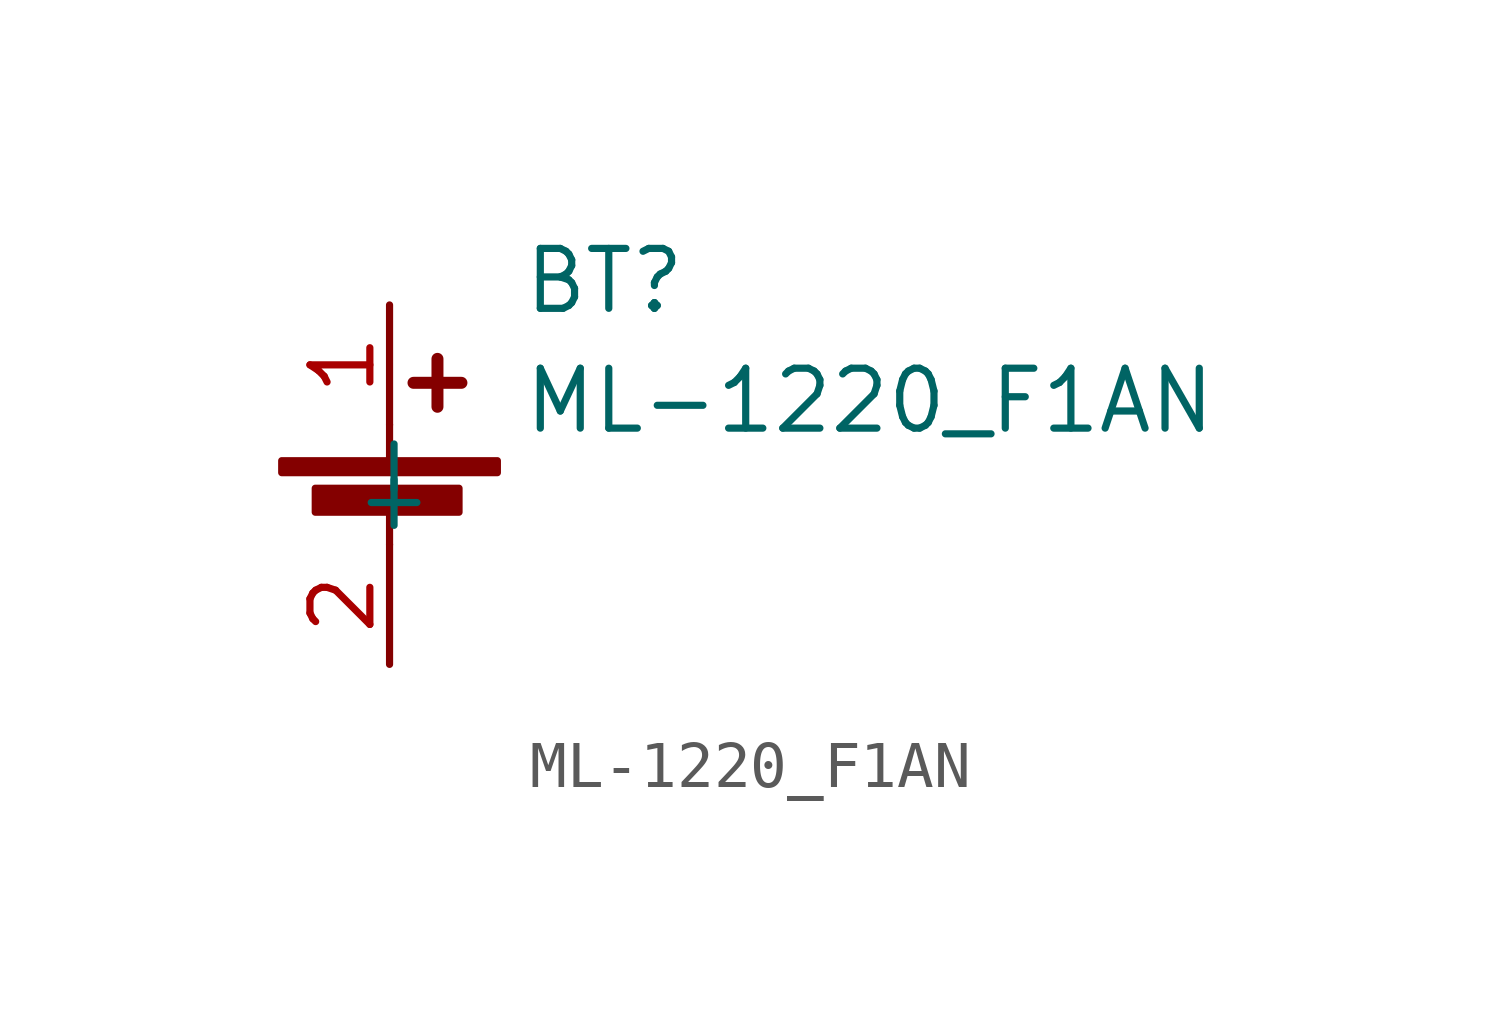
<source format=kicad_sym>
(kicad_symbol_lib
  (version 20211014)
  (generator kicad_symbol_editor)
  (symbol "ML-1220_F1AN"
    (pin_names
      (offset 0.762))
    (property "Reference" "BT"
      (at 2.794 4.318 0)
      (effects (font (size 1.27 1.27)) (justify left)))
    (property "Value" "ML-1220_F1AN"
      (at 2.794 1.778 0)
      (effects (font (size 1.27 1.27)) (justify left)))
    (symbol "ML-1220_F1AN_0_1"
      (rectangle (start -2.286 0.508) (end 2.286 0.254) (stroke (width 0) (type default) (color 0 0 0 0)) (fill (type outline)))
      (rectangle (start -1.575 -0.076) (end 1.473 -0.584) (stroke (width 0) (type default) (color 0 0 0 0)) (fill (type outline)))
      (polyline (pts (xy 0 -0.508) (xy 0 -1.27)) (stroke (width 0) (type default) (color 0 0 0 0)) (fill (type none)))
      (polyline (pts (xy 0 0.508) (xy 0 1.27)) (stroke (width 0) (type default) (color 0 0 0 0)) (fill (type none)))
      (polyline (pts (xy 0.508 2.159) (xy 1.524 2.159)) (stroke (width 0.254) (type default) (color 0 0 0 0)) (fill (type none)))
      (polyline (pts (xy 1.016 2.667) (xy 1.016 1.651)) (stroke (width 0.254) (type default) (color 0 0 0 0)) (fill (type none))))
    (symbol "ML-1220_F1AN_1_1"
      (pin passive line (at 0 3.81 270) (length 2.54) (name "+" (effects (font (size 1.27 1.27)))) (number "1" (effects (font (size 1.27 1.27)))))
      (pin passive line (at 0 -3.81 90) (length 2.54) (name "-" (effects (font (size 1.27 1.27)))) (number "2" (effects (font (size 1.27 1.27))))))))
</source>
